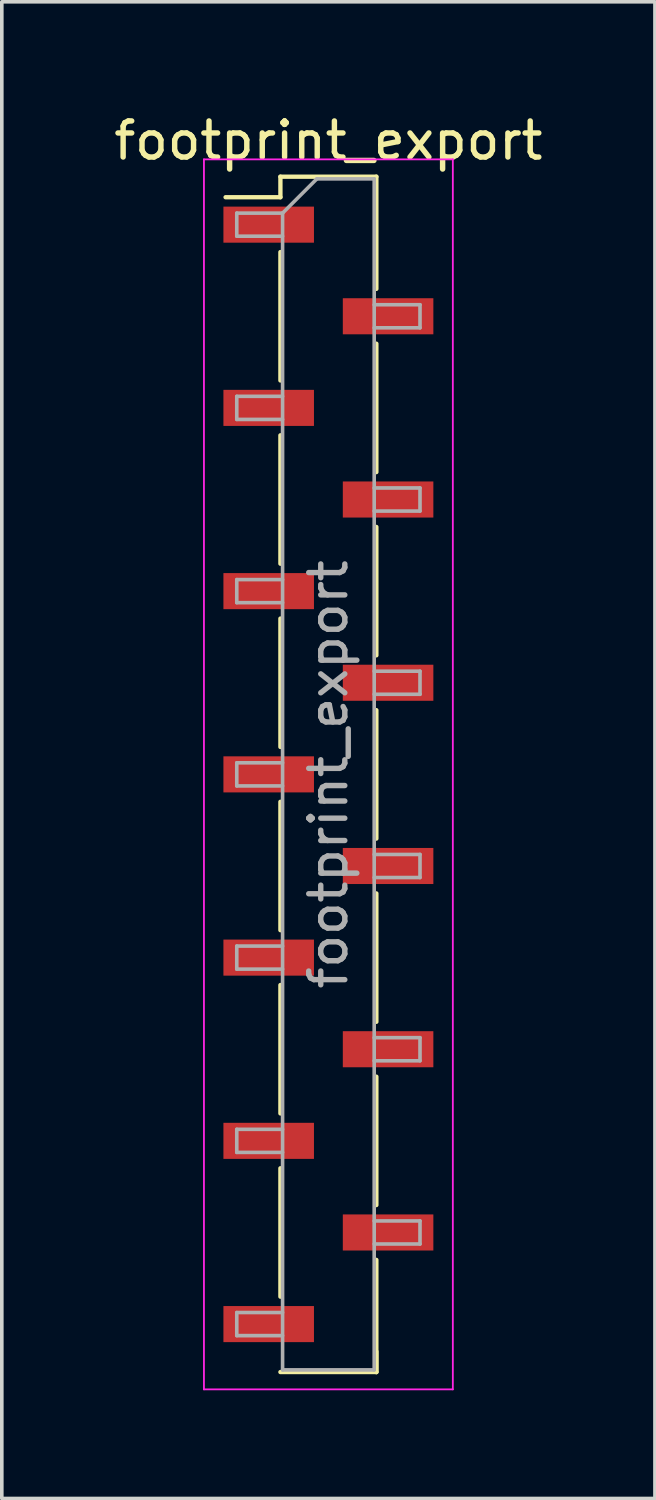
<source format=kicad_pcb>
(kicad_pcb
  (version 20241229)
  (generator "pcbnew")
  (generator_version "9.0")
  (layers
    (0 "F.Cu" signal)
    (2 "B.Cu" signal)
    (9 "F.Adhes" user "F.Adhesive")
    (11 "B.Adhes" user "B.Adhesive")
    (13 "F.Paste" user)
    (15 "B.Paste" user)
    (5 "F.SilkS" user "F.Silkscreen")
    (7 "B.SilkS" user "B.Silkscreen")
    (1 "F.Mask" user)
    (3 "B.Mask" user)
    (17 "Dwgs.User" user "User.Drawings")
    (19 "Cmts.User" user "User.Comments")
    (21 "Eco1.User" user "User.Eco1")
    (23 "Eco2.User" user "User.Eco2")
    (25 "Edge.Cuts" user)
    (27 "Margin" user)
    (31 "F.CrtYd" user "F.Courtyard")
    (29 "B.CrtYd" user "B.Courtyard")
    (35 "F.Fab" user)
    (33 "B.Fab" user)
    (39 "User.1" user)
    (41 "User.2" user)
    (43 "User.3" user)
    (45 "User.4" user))
  (footprint "footprint_export"
    (layer "F.Cu")
    (at 6.054 18.418)
    (property "Reference" "footprint_export" (at 0 -17.57 0) (layer "F.SilkS") (effects (font (size 1 1) (thickness 0.15))))
    (attr smd)
    (fp_line (start -1.33 -16.57) (end -1.33 -16) (stroke (width 0.12) (type solid)) (layer "F.SilkS"))
    (fp_line (start -1.33 -16.57) (end 1.33 -16.57) (stroke (width 0.12) (type solid)) (layer "F.SilkS"))
    (fp_line (start -1.33 -16) (end -2.85 -16) (stroke (width 0.12) (type solid)) (layer "F.SilkS"))
    (fp_line (start -1.33 -14.48) (end -1.33 -10.92) (stroke (width 0.12) (type solid)) (layer "F.SilkS"))
    (fp_line (start -1.33 -9.4) (end -1.33 -5.84) (stroke (width 0.12) (type solid)) (layer "F.SilkS"))
    (fp_line (start -1.33 -4.32) (end -1.33 -0.76) (stroke (width 0.12) (type solid)) (layer "F.SilkS"))
    (fp_line (start -1.33 0.76) (end -1.33 4.32) (stroke (width 0.12) (type solid)) (layer "F.SilkS"))
    (fp_line (start -1.33 5.84) (end -1.33 9.4) (stroke (width 0.12) (type solid)) (layer "F.SilkS"))
    (fp_line (start -1.33 10.92) (end -1.33 14.48) (stroke (width 0.12) (type solid)) (layer "F.SilkS"))
    (fp_line (start -1.33 16.57) (end 1.33 16.57) (stroke (width 0.12) (type solid)) (layer "F.SilkS"))
    (fp_line (start 1.33 -16.57) (end 1.33 -13.46) (stroke (width 0.12) (type solid)) (layer "F.SilkS"))
    (fp_line (start 1.33 -11.94) (end 1.33 -8.38) (stroke (width 0.12) (type solid)) (layer "F.SilkS"))
    (fp_line (start 1.33 -6.86) (end 1.33 -3.3) (stroke (width 0.12) (type solid)) (layer "F.SilkS"))
    (fp_line (start 1.33 -1.78) (end 1.33 1.78) (stroke (width 0.12) (type solid)) (layer "F.SilkS"))
    (fp_line (start 1.33 3.3) (end 1.33 6.86) (stroke (width 0.12) (type solid)) (layer "F.SilkS"))
    (fp_line (start 1.33 8.38) (end 1.33 11.94) (stroke (width 0.12) (type solid)) (layer "F.SilkS"))
    (fp_line (start 1.33 13.46) (end 1.33 16.57) (stroke (width 0.12) (type solid)) (layer "F.SilkS"))
    (fp_line (start 1.33 16) (end 1.33 16.57) (stroke (width 0.12) (type solid)) (layer "F.SilkS"))
    (fp_line (start -3.45 -17.05) (end -3.45 17.05) (stroke (width 0.05) (type solid)) (layer "F.CrtYd"))
    (fp_line (start -3.45 17.05) (end 3.45 17.05) (stroke (width 0.05) (type solid)) (layer "F.CrtYd"))
    (fp_line (start 3.45 -17.05) (end -3.45 -17.05) (stroke (width 0.05) (type solid)) (layer "F.CrtYd"))
    (fp_line (start 3.45 17.05) (end 3.45 -17.05) (stroke (width 0.05) (type solid)) (layer "F.CrtYd"))
    (fp_line (start -2.54 -15.56) (end -2.54 -14.92) (stroke (width 0.1) (type solid)) (layer "F.Fab"))
    (fp_line (start -2.54 -14.92) (end -1.27 -14.92) (stroke (width 0.1) (type solid)) (layer "F.Fab"))
    (fp_line (start -2.54 -10.48) (end -2.54 -9.84) (stroke (width 0.1) (type solid)) (layer "F.Fab"))
    (fp_line (start -2.54 -9.84) (end -1.27 -9.84) (stroke (width 0.1) (type solid)) (layer "F.Fab"))
    (fp_line (start -2.54 -5.4) (end -2.54 -4.76) (stroke (width 0.1) (type solid)) (layer "F.Fab"))
    (fp_line (start -2.54 -4.76) (end -1.27 -4.76) (stroke (width 0.1) (type solid)) (layer "F.Fab"))
    (fp_line (start -2.54 -0.32) (end -2.54 0.32) (stroke (width 0.1) (type solid)) (layer "F.Fab"))
    (fp_line (start -2.54 0.32) (end -1.27 0.32) (stroke (width 0.1) (type solid)) (layer "F.Fab"))
    (fp_line (start -2.54 4.76) (end -2.54 5.4) (stroke (width 0.1) (type solid)) (layer "F.Fab"))
    (fp_line (start -2.54 5.4) (end -1.27 5.4) (stroke (width 0.1) (type solid)) (layer "F.Fab"))
    (fp_line (start -2.54 9.84) (end -2.54 10.48) (stroke (width 0.1) (type solid)) (layer "F.Fab"))
    (fp_line (start -2.54 10.48) (end -1.27 10.48) (stroke (width 0.1) (type solid)) (layer "F.Fab"))
    (fp_line (start -2.54 14.92) (end -2.54 15.56) (stroke (width 0.1) (type solid)) (layer "F.Fab"))
    (fp_line (start -2.54 15.56) (end -1.27 15.56) (stroke (width 0.1) (type solid)) (layer "F.Fab"))
    (fp_line (start -1.27 -15.56) (end -2.54 -15.56) (stroke (width 0.1) (type solid)) (layer "F.Fab"))
    (fp_line (start -1.27 -15.56) (end -0.32 -16.51) (stroke (width 0.1) (type solid)) (layer "F.Fab"))
    (fp_line (start -1.27 -10.48) (end -2.54 -10.48) (stroke (width 0.1) (type solid)) (layer "F.Fab"))
    (fp_line (start -1.27 -5.4) (end -2.54 -5.4) (stroke (width 0.1) (type solid)) (layer "F.Fab"))
    (fp_line (start -1.27 -0.32) (end -2.54 -0.32) (stroke (width 0.1) (type solid)) (layer "F.Fab"))
    (fp_line (start -1.27 4.76) (end -2.54 4.76) (stroke (width 0.1) (type solid)) (layer "F.Fab"))
    (fp_line (start -1.27 9.84) (end -2.54 9.84) (stroke (width 0.1) (type solid)) (layer "F.Fab"))
    (fp_line (start -1.27 14.92) (end -2.54 14.92) (stroke (width 0.1) (type solid)) (layer "F.Fab"))
    (fp_line (start -1.27 16.51) (end -1.27 -15.56) (stroke (width 0.1) (type solid)) (layer "F.Fab"))
    (fp_line (start -0.32 -16.51) (end 1.27 -16.51) (stroke (width 0.1) (type solid)) (layer "F.Fab"))
    (fp_line (start 1.27 -16.51) (end 1.27 16.51) (stroke (width 0.1) (type solid)) (layer "F.Fab"))
    (fp_line (start 1.27 -13.02) (end 2.54 -13.02) (stroke (width 0.1) (type solid)) (layer "F.Fab"))
    (fp_line (start 1.27 -7.94) (end 2.54 -7.94) (stroke (width 0.1) (type solid)) (layer "F.Fab"))
    (fp_line (start 1.27 -2.86) (end 2.54 -2.86) (stroke (width 0.1) (type solid)) (layer "F.Fab"))
    (fp_line (start 1.27 2.22) (end 2.54 2.22) (stroke (width 0.1) (type solid)) (layer "F.Fab"))
    (fp_line (start 1.27 7.3) (end 2.54 7.3) (stroke (width 0.1) (type solid)) (layer "F.Fab"))
    (fp_line (start 1.27 12.38) (end 2.54 12.38) (stroke (width 0.1) (type solid)) (layer "F.Fab"))
    (fp_line (start 1.27 16.51) (end -1.27 16.51) (stroke (width 0.1) (type solid)) (layer "F.Fab"))
    (fp_line (start 2.54 -13.02) (end 2.54 -12.38) (stroke (width 0.1) (type solid)) (layer "F.Fab"))
    (fp_line (start 2.54 -12.38) (end 1.27 -12.38) (stroke (width 0.1) (type solid)) (layer "F.Fab"))
    (fp_line (start 2.54 -7.94) (end 2.54 -7.3) (stroke (width 0.1) (type solid)) (layer "F.Fab"))
    (fp_line (start 2.54 -7.3) (end 1.27 -7.3) (stroke (width 0.1) (type solid)) (layer "F.Fab"))
    (fp_line (start 2.54 -2.86) (end 2.54 -2.22) (stroke (width 0.1) (type solid)) (layer "F.Fab"))
    (fp_line (start 2.54 -2.22) (end 1.27 -2.22) (stroke (width 0.1) (type solid)) (layer "F.Fab"))
    (fp_line (start 2.54 2.22) (end 2.54 2.86) (stroke (width 0.1) (type solid)) (layer "F.Fab"))
    (fp_line (start 2.54 2.86) (end 1.27 2.86) (stroke (width 0.1) (type solid)) (layer "F.Fab"))
    (fp_line (start 2.54 7.3) (end 2.54 7.94) (stroke (width 0.1) (type solid)) (layer "F.Fab"))
    (fp_line (start 2.54 7.94) (end 1.27 7.94) (stroke (width 0.1) (type solid)) (layer "F.Fab"))
    (fp_line (start 2.54 12.38) (end 2.54 13.02) (stroke (width 0.1) (type solid)) (layer "F.Fab"))
    (fp_line (start 2.54 13.02) (end 1.27 13.02) (stroke (width 0.1) (type solid)) (layer "F.Fab"))
    (fp_text user "${REFERENCE}" (at 0 0 90) (layer "F.Fab") (effects (font (size 1 1) (thickness 0.15))))
    (pad "1" smd rect (at -1.655 -15.24) (size 2.51 1) (layers "F.Cu" "F.Mask" "F.Paste"))
    (pad "2" smd rect (at 1.655 -12.7) (size 2.51 1) (layers "F.Cu" "F.Mask" "F.Paste"))
    (pad "3" smd rect (at -1.655 -10.16) (size 2.51 1) (layers "F.Cu" "F.Mask" "F.Paste"))
    (pad "4" smd rect (at 1.655 -7.62) (size 2.51 1) (layers "F.Cu" "F.Mask" "F.Paste"))
    (pad "5" smd rect (at -1.655 -5.08) (size 2.51 1) (layers "F.Cu" "F.Mask" "F.Paste"))
    (pad "6" smd rect (at 1.655 -2.54) (size 2.51 1) (layers "F.Cu" "F.Mask" "F.Paste"))
    (pad "7" smd rect (at -1.655 0) (size 2.51 1) (layers "F.Cu" "F.Mask" "F.Paste"))
    (pad "8" smd rect (at 1.655 2.54) (size 2.51 1) (layers "F.Cu" "F.Mask" "F.Paste"))
    (pad "9" smd rect (at -1.655 5.08) (size 2.51 1) (layers "F.Cu" "F.Mask" "F.Paste"))
    (pad "10" smd rect (at 1.655 7.62) (size 2.51 1) (layers "F.Cu" "F.Mask" "F.Paste"))
    (pad "11" smd rect (at -1.655 10.16) (size 2.51 1) (layers "F.Cu" "F.Mask" "F.Paste"))
    (pad "12" smd rect (at 1.655 12.7) (size 2.51 1) (layers "F.Cu" "F.Mask" "F.Paste"))
    (pad "13" smd rect (at -1.655 15.24) (size 2.51 1) (layers "F.Cu" "F.Mask" "F.Paste")))
  (gr_rect
    (start -3 -3)
    (end 15.107 38.493)
    (stroke (width 0.1) (type default))
    (fill no)
    (layer "Edge.Cuts")))
</source>
